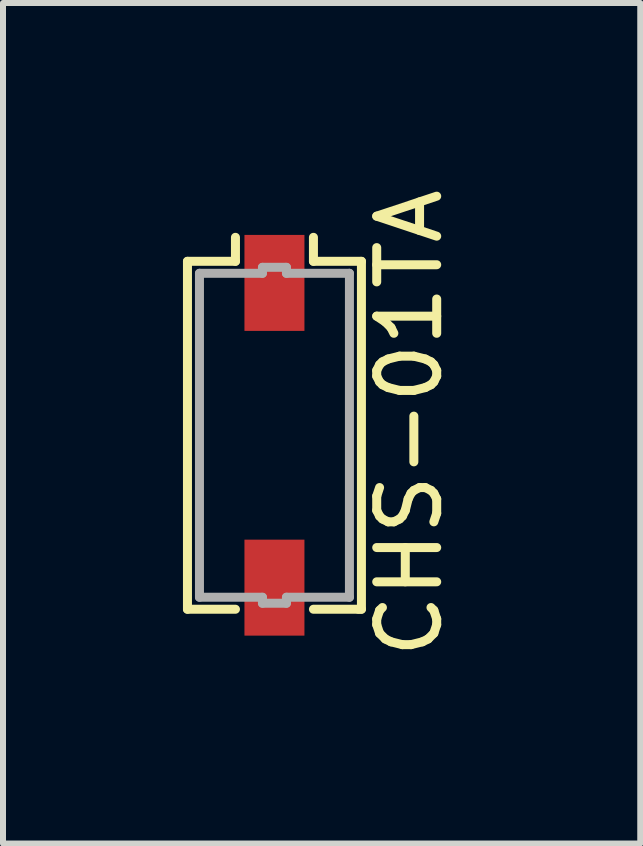
<source format=kicad_pcb>
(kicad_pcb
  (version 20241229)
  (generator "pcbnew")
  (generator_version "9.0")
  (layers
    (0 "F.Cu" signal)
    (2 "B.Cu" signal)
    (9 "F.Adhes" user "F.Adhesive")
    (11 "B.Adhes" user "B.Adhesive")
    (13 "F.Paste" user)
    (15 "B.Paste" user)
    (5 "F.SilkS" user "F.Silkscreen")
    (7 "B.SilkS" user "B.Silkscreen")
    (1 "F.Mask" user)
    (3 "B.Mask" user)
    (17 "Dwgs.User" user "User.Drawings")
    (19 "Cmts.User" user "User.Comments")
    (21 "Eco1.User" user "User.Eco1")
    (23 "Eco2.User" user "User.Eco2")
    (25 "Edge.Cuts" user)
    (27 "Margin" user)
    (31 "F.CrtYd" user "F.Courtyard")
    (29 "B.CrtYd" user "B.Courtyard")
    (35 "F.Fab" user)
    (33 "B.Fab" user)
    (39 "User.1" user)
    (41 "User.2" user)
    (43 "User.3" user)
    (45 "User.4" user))
  (footprint "CHS-01TA"
    (layer "F.Cu")
    (at 1.525 4.206)
    (property "Reference" "CHS-01TA" (at 2.25 -0.2 90) (layer "F.SilkS") (effects (font (size 1 1) (thickness 0.15))))
    (attr through_hole)
    (fp_line (start -1.45 -2.9) (end -1.45 2.9) (stroke (width 0.15) (type solid)) (layer "F.SilkS"))
    (fp_line (start -1.45 2.9) (end -0.65 2.9) (stroke (width 0.15) (type solid)) (layer "F.SilkS"))
    (fp_line (start -0.65 -3.3) (end -0.65 -2.9) (stroke (width 0.15) (type solid)) (layer "F.SilkS"))
    (fp_line (start -0.65 -2.9) (end -1.45 -2.9) (stroke (width 0.15) (type solid)) (layer "F.SilkS"))
    (fp_line (start 0.65 -2.9) (end 0.65 -3.3) (stroke (width 0.15) (type solid)) (layer "F.SilkS"))
    (fp_line (start 0.65 2.9) (end 1.4 2.9) (stroke (width 0.15) (type solid)) (layer "F.SilkS"))
    (fp_line (start 1.4 2.9) (end 1.45 2.9) (stroke (width 0.15) (type solid)) (layer "F.SilkS"))
    (fp_line (start 1.45 -2.9) (end 0.65 -2.9) (stroke (width 0.15) (type solid)) (layer "F.SilkS"))
    (fp_line (start 1.45 2.9) (end 1.45 -2.9) (stroke (width 0.15) (type solid)) (layer "F.SilkS"))
    (fp_line (start -1.25 -2.7) (end -0.2 -2.7) (stroke (width 0.15) (type solid)) (layer "F.Fab"))
    (fp_line (start -1.25 2.7) (end -1.25 -2.7) (stroke (width 0.15) (type solid)) (layer "F.Fab"))
    (fp_line (start -0.2 -2.8) (end -0.2 -2.7) (stroke (width 0.15) (type solid)) (layer "F.Fab"))
    (fp_line (start -0.2 -2.8) (end 0.2 -2.8) (stroke (width 0.15) (type solid)) (layer "F.Fab"))
    (fp_line (start -0.2 2.7) (end -1.25 2.7) (stroke (width 0.15) (type solid)) (layer "F.Fab"))
    (fp_line (start -0.2 2.7) (end -0.2 2.8) (stroke (width 0.15) (type solid)) (layer "F.Fab"))
    (fp_line (start -0.2 2.8) (end 0.2 2.8) (stroke (width 0.15) (type solid)) (layer "F.Fab"))
    (fp_line (start 0.2 -2.8) (end 0.2 -2.7) (stroke (width 0.15) (type solid)) (layer "F.Fab"))
    (fp_line (start 0.2 -2.7) (end 1.25 -2.7) (stroke (width 0.15) (type solid)) (layer "F.Fab"))
    (fp_line (start 0.2 2.7) (end 0.2 2.8) (stroke (width 0.15) (type solid)) (layer "F.Fab"))
    (fp_line (start 1.25 -2.7) (end 1.25 2.7) (stroke (width 0.15) (type solid)) (layer "F.Fab"))
    (fp_line (start 1.25 2.7) (end 0.2 2.7) (stroke (width 0.15) (type solid)) (layer "F.Fab"))
    (pad "1" smd rect (at 0 -2.54) (size 1 1.6) (layers "F.Cu" "F.Mask" "F.Paste"))
    (pad "2" smd rect (at 0 2.54) (size 1 1.6) (layers "F.Cu" "F.Mask" "F.Paste")))
  (gr_rect
    (start -3 -3)
    (end 7.623 11.012)
    (stroke (width 0.1) (type default))
    (fill no)
    (layer "Edge.Cuts")))
</source>
